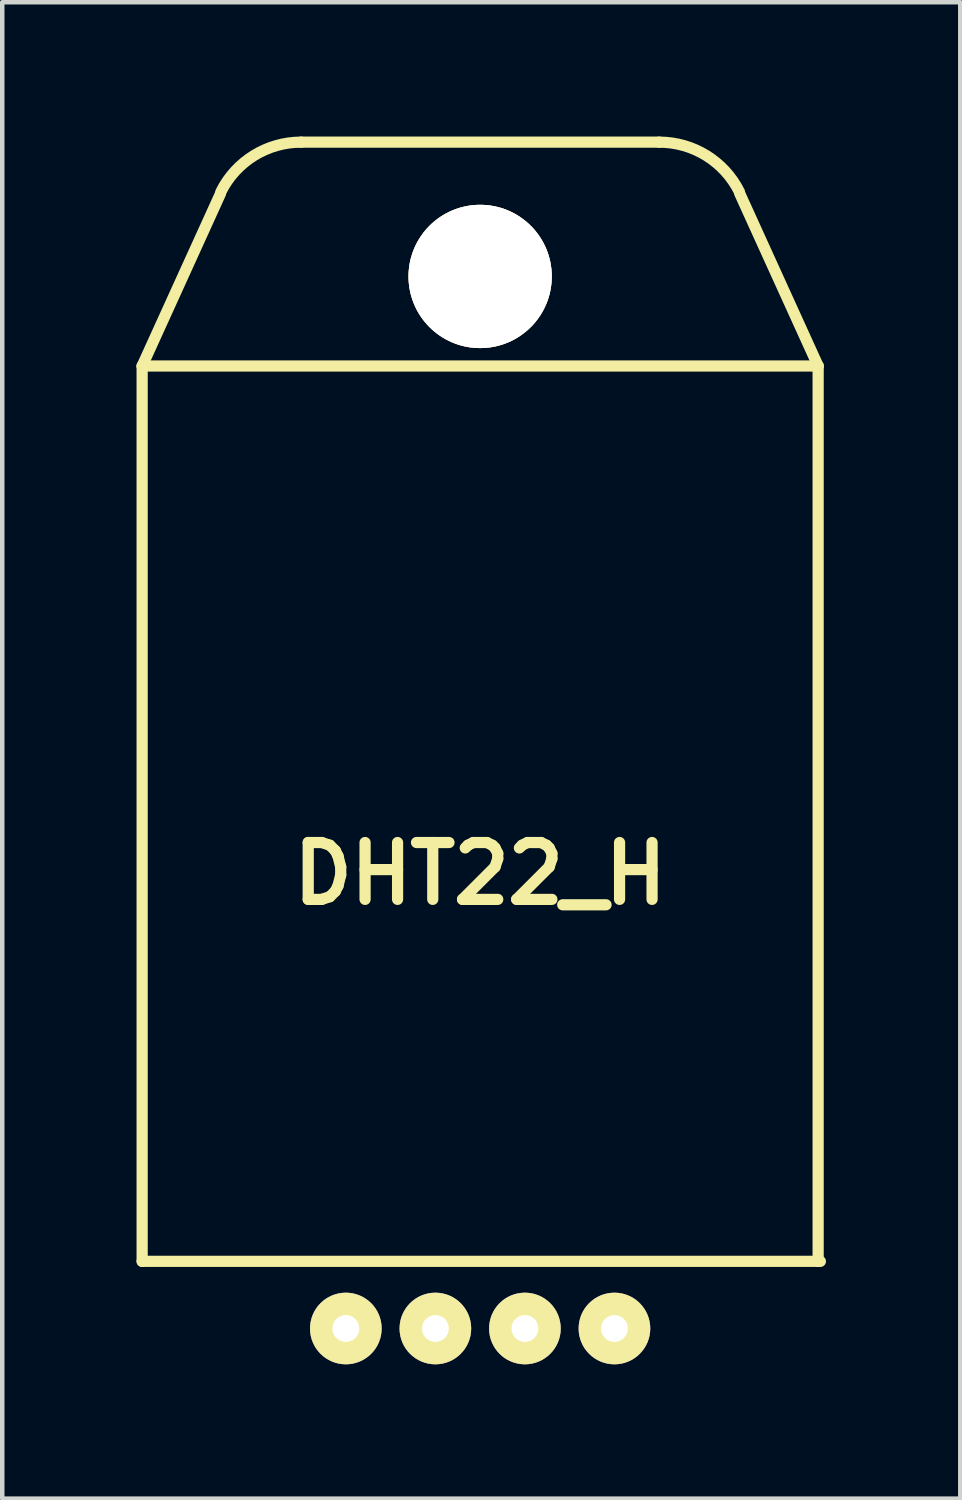
<source format=kicad_pcb>
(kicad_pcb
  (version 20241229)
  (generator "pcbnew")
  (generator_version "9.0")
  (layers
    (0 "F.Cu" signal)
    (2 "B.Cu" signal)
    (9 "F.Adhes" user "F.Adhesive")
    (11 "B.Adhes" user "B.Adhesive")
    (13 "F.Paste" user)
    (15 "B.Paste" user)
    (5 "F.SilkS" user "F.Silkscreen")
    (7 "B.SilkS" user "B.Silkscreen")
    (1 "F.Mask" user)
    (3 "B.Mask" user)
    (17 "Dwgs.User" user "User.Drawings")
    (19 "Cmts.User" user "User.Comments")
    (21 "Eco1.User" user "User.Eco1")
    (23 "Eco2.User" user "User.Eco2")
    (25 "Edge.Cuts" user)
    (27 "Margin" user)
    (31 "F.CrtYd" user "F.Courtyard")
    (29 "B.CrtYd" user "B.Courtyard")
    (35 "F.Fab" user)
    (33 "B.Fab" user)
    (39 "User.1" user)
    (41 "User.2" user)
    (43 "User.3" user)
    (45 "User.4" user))
  (footprint "DHT22_H"
    (layer "F.Cu")
    (at 7.675 26.625)
    (property "Reference" "DHT22_H" (at 0 -10.16 0) (layer "F.SilkS") (effects (font (size 1.27 1.27) (thickness 0.25))))
    (attr through_hole)
    (fp_line (start -7.55 -21.5) (end -7.55 -1.5) (stroke (width 0.25) (type solid)) (layer "F.SilkS"))
    (fp_line (start -7.55 -21.5) (end -5.8 -25.35) (stroke (width 0.25) (type solid)) (layer "F.SilkS"))
    (fp_line (start -7.55 -1.5) (end 7.6 -1.5) (stroke (width 0.25) (type solid)) (layer "F.SilkS"))
    (fp_line (start -4 -26.5) (end 4 -26.5) (stroke (width 0.25) (type solid)) (layer "F.SilkS"))
    (fp_line (start 7.55 -21.5) (end -7.55 -21.5) (stroke (width 0.25) (type solid)) (layer "F.SilkS"))
    (fp_line (start 7.55 -21.5) (end 5.8 -25.35) (stroke (width 0.25) (type solid)) (layer "F.SilkS"))
    (fp_line (start 7.55 -1.5) (end 7.55 -21.5) (stroke (width 0.25) (type solid)) (layer "F.SilkS"))
    (fp_arc (start -5.788308 -25.395518) (mid -5.050943 -26.201622) (end -4 -26.5) (stroke (width 0.25) (type solid)) (layer "F.SilkS"))
    (fp_arc (start 4 -26.5) (mid 5.051462 -26.201302) (end 5.788854 -25.394427) (stroke (width 0.25) (type solid)) (layer "F.SilkS"))
    (pad "1" thru_hole circle (at -3 0) (size 1.6 1.6) (drill 0.6) (layers "*.Cu" "*.Mask" "F.SilkS"))
    (pad "2" thru_hole circle (at -1 0) (size 1.6 1.6) (drill 0.6) (layers "*.Cu" "*.Mask" "F.SilkS"))
    (pad "3" thru_hole circle (at 1 0) (size 1.6 1.6) (drill 0.6) (layers "*.Cu" "*.Mask" "F.SilkS"))
    (pad "4" thru_hole circle (at 3 0) (size 1.6 1.6) (drill 0.6) (layers "*.Cu" "*.Mask" "F.SilkS"))
    (pad "T" thru_hole circle (at 0 -23.5) (size 3.2 3.2) (drill 3.2) (layers "*.Cu" "*.Mask" "F.SilkS")))
  (gr_rect
    (start -3 -3)
    (end 18.4 30.425)
    (stroke (width 0.1) (type default))
    (fill no)
    (layer "Edge.Cuts")))
</source>
